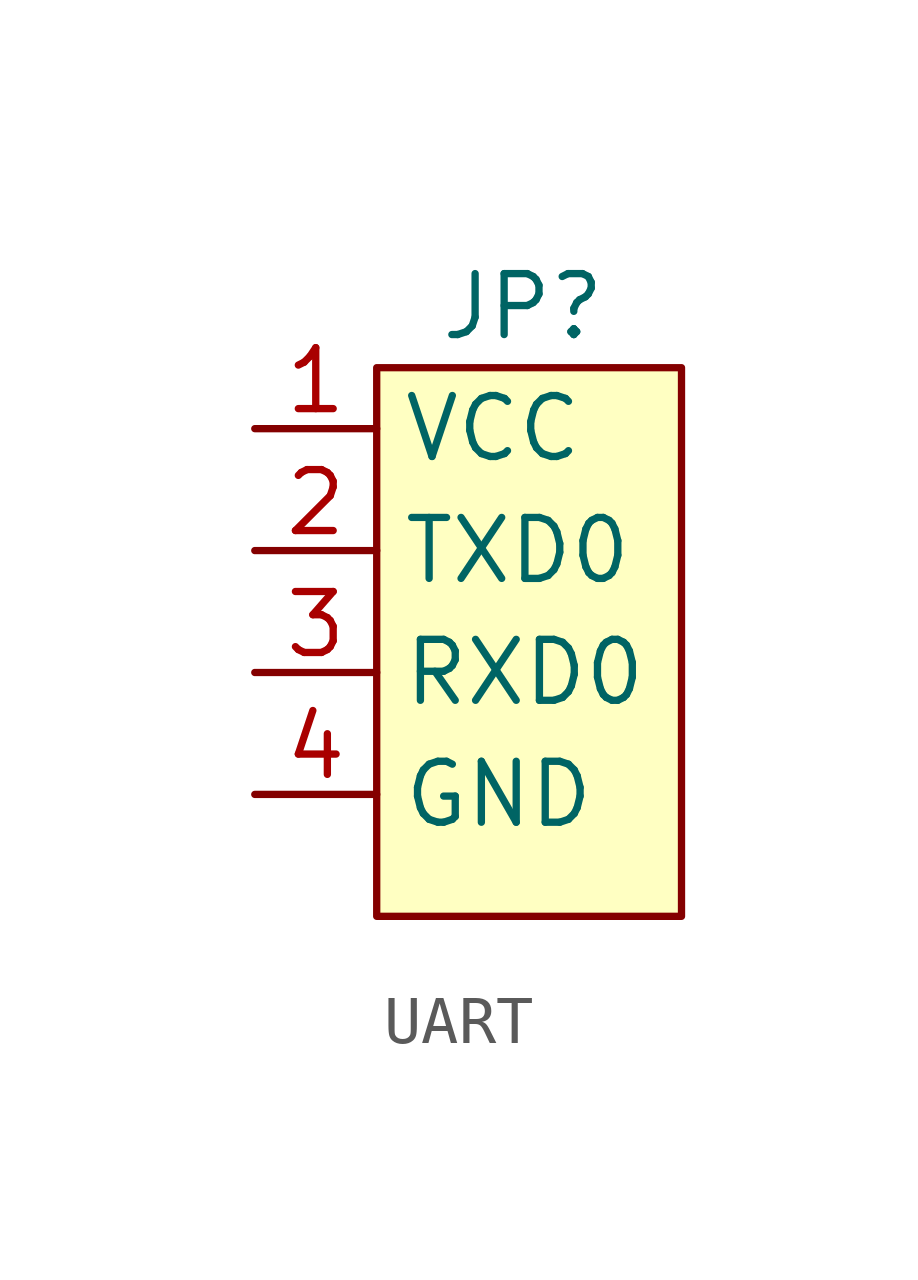
<source format=kicad_sym>
(kicad_symbol_lib
  (version 20231120)
  (generator "kicad_symbol_editor")
  (generator_version "8.0")
  (symbol "UART"
    (property "Reference" "JP"
      (at 0.508 0 0)
      (effects (font (size 1.27 1.27))))
    (property "Value" ""
      (at 0 0 0)
      (effects (font (size 1.27 1.27))))
    (symbol "UART_1_1"
      (rectangle (start -2.54 -1.27) (end 3.81 -12.7) (stroke (width 0) (type default)) (fill (type background)))
      (pin power_in line (at -5.08 -2.54 0) (length 2.54) (name "VCC" (effects (font (size 1.27 1.27)))) (number "1" (effects (font (size 1.27 1.27)))))
      (pin bidirectional line (at -5.08 -5.08 0) (length 2.54) (name "TXD0" (effects (font (size 1.27 1.27)))) (number "2" (effects (font (size 1.27 1.27)))))
      (pin bidirectional line (at -5.08 -7.62 0) (length 2.54) (name "RXD0" (effects (font (size 1.27 1.27)))) (number "3" (effects (font (size 1.27 1.27)))))
      (pin power_in line (at -5.08 -10.16 0) (length 2.54) (name "GND" (effects (font (size 1.27 1.27)))) (number "4" (effects (font (size 1.27 1.27))))))))
</source>
